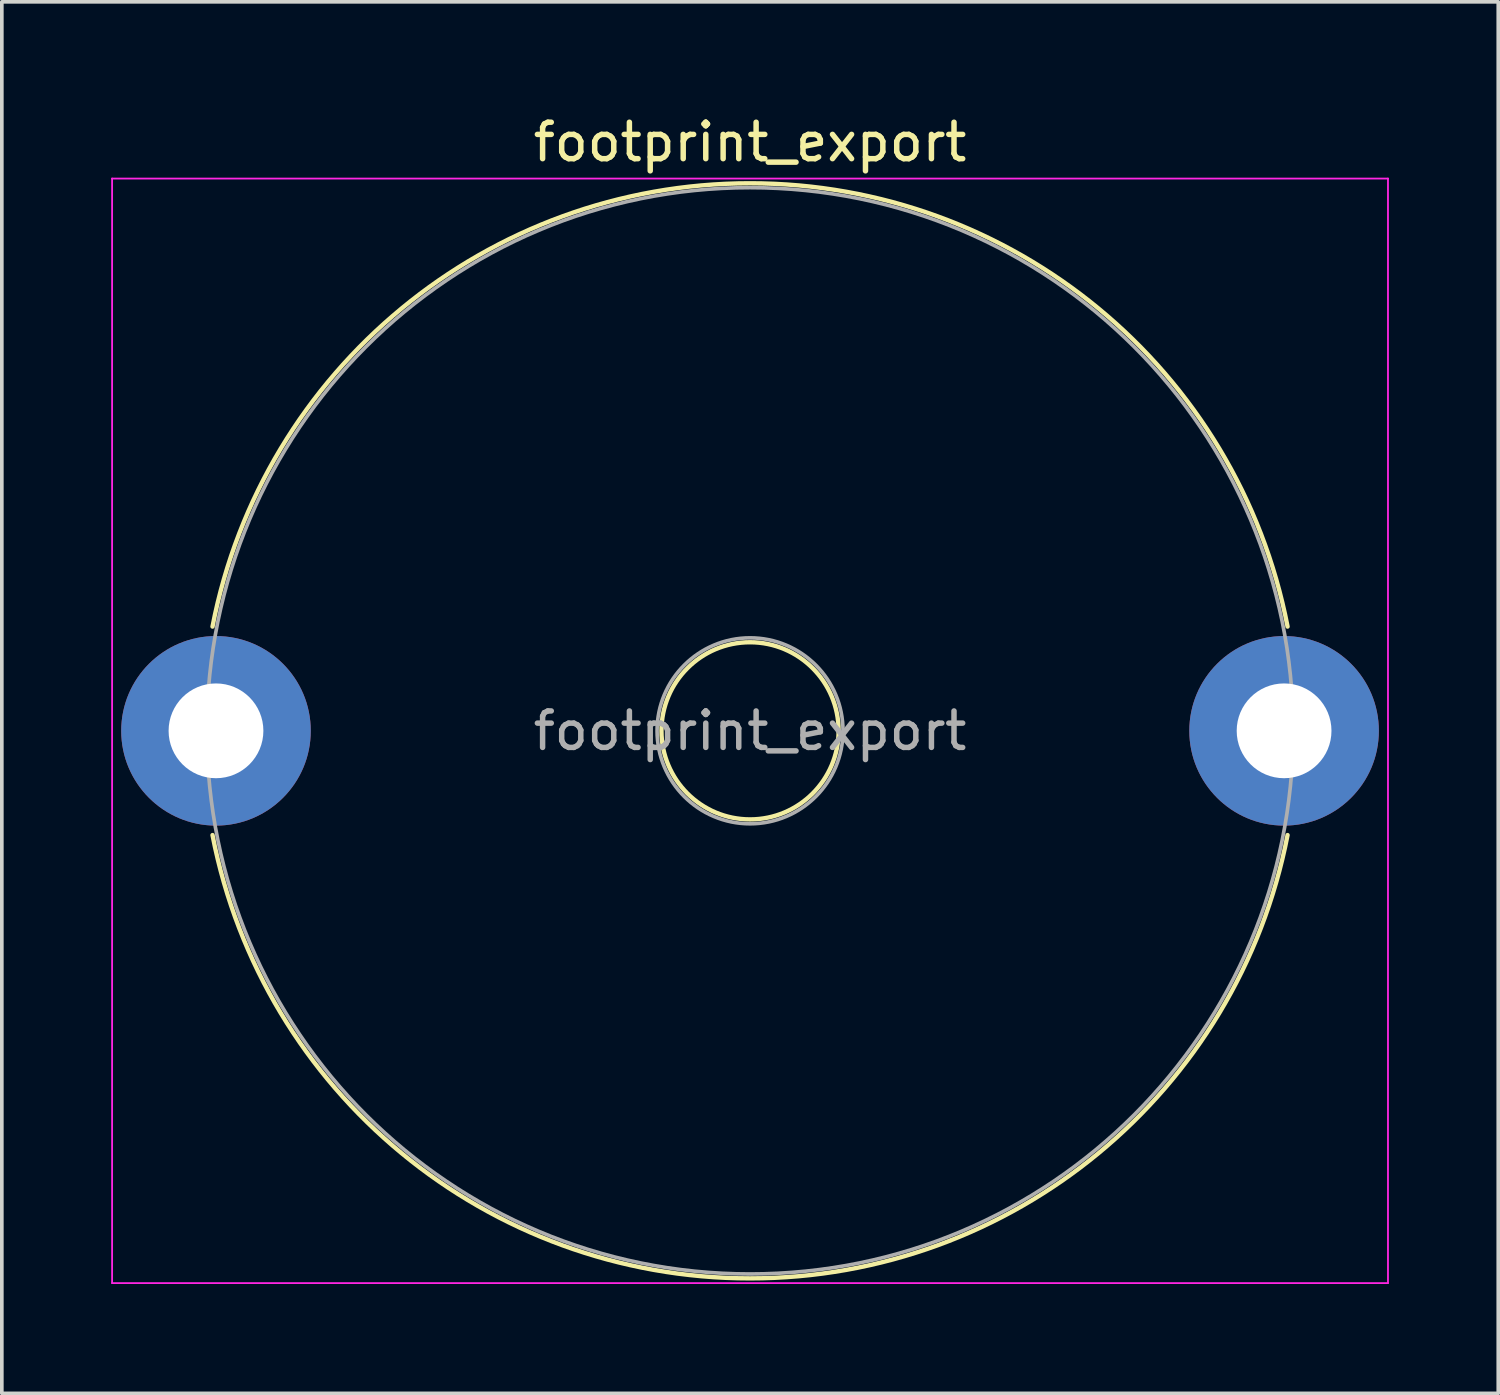
<source format=kicad_pcb>
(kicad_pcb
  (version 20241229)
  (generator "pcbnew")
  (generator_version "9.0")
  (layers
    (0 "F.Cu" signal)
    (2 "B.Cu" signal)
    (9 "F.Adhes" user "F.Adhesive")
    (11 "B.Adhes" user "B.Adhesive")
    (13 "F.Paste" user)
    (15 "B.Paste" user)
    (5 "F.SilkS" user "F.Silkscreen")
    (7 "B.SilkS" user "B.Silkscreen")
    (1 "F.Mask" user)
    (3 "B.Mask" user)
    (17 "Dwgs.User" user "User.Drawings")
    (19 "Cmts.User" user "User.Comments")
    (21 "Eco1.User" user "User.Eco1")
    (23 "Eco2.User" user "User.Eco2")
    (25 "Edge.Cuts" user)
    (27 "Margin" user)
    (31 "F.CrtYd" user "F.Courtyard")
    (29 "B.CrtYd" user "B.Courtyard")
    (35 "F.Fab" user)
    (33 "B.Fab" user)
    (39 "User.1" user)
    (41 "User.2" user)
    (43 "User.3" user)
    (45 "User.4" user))
  (footprint "footprint_export"
    (layer "F.Cu")
    (at 2.875 16.998)
    (property "Reference" "footprint_export" (at 14.65 -16.15 0) (layer "F.SilkS") (effects (font (size 1 1) (thickness 0.15))))
    (attr through_hole)
    (fp_arc (start -0.095196 -2.86) (mid 14.65 -15.02) (end 29.395196 -2.86) (stroke (width 0.12) (type solid)) (layer "F.SilkS"))
    (fp_arc (start 29.395196 2.86) (mid 14.65 15.02) (end -0.095196 2.86) (stroke (width 0.12) (type solid)) (layer "F.SilkS"))
    (fp_circle (center 14.65 0) (end 17.08 0) (stroke (width 0.12) (type solid)) (fill no) (layer "F.SilkS"))
    (fp_line (start -2.85 -15.15) (end -2.85 15.15) (stroke (width 0.05) (type solid)) (layer "F.CrtYd"))
    (fp_line (start -2.85 15.15) (end 32.15 15.15) (stroke (width 0.05) (type solid)) (layer "F.CrtYd"))
    (fp_line (start 32.15 -15.15) (end -2.85 -15.15) (stroke (width 0.05) (type solid)) (layer "F.CrtYd"))
    (fp_line (start 32.15 15.15) (end 32.15 -15.15) (stroke (width 0.05) (type solid)) (layer "F.CrtYd"))
    (fp_circle (center 14.65 0) (end 17.2 0) (stroke (width 0.1) (type solid)) (fill no) (layer "F.Fab"))
    (fp_circle (center 14.65 0) (end 29.55 0) (stroke (width 0.1) (type solid)) (fill no) (layer "F.Fab"))
    (fp_text user "${REFERENCE}" (at 14.65 0 0) (layer "F.Fab") (effects (font (size 1 1) (thickness 0.15))))
    (pad "1" thru_hole circle (at 0 0) (size 5.2 5.2) (drill 2.6) (layers "*.Cu" "*.Mask"))
    (pad "2" thru_hole circle (at 29.3 0) (size 5.2 5.2) (drill 2.6) (layers "*.Cu" "*.Mask")))
  (gr_rect
    (start -3 -3)
    (end 38.05 35.173)
    (stroke (width 0.1) (type default))
    (fill no)
    (layer "Edge.Cuts")))
</source>
